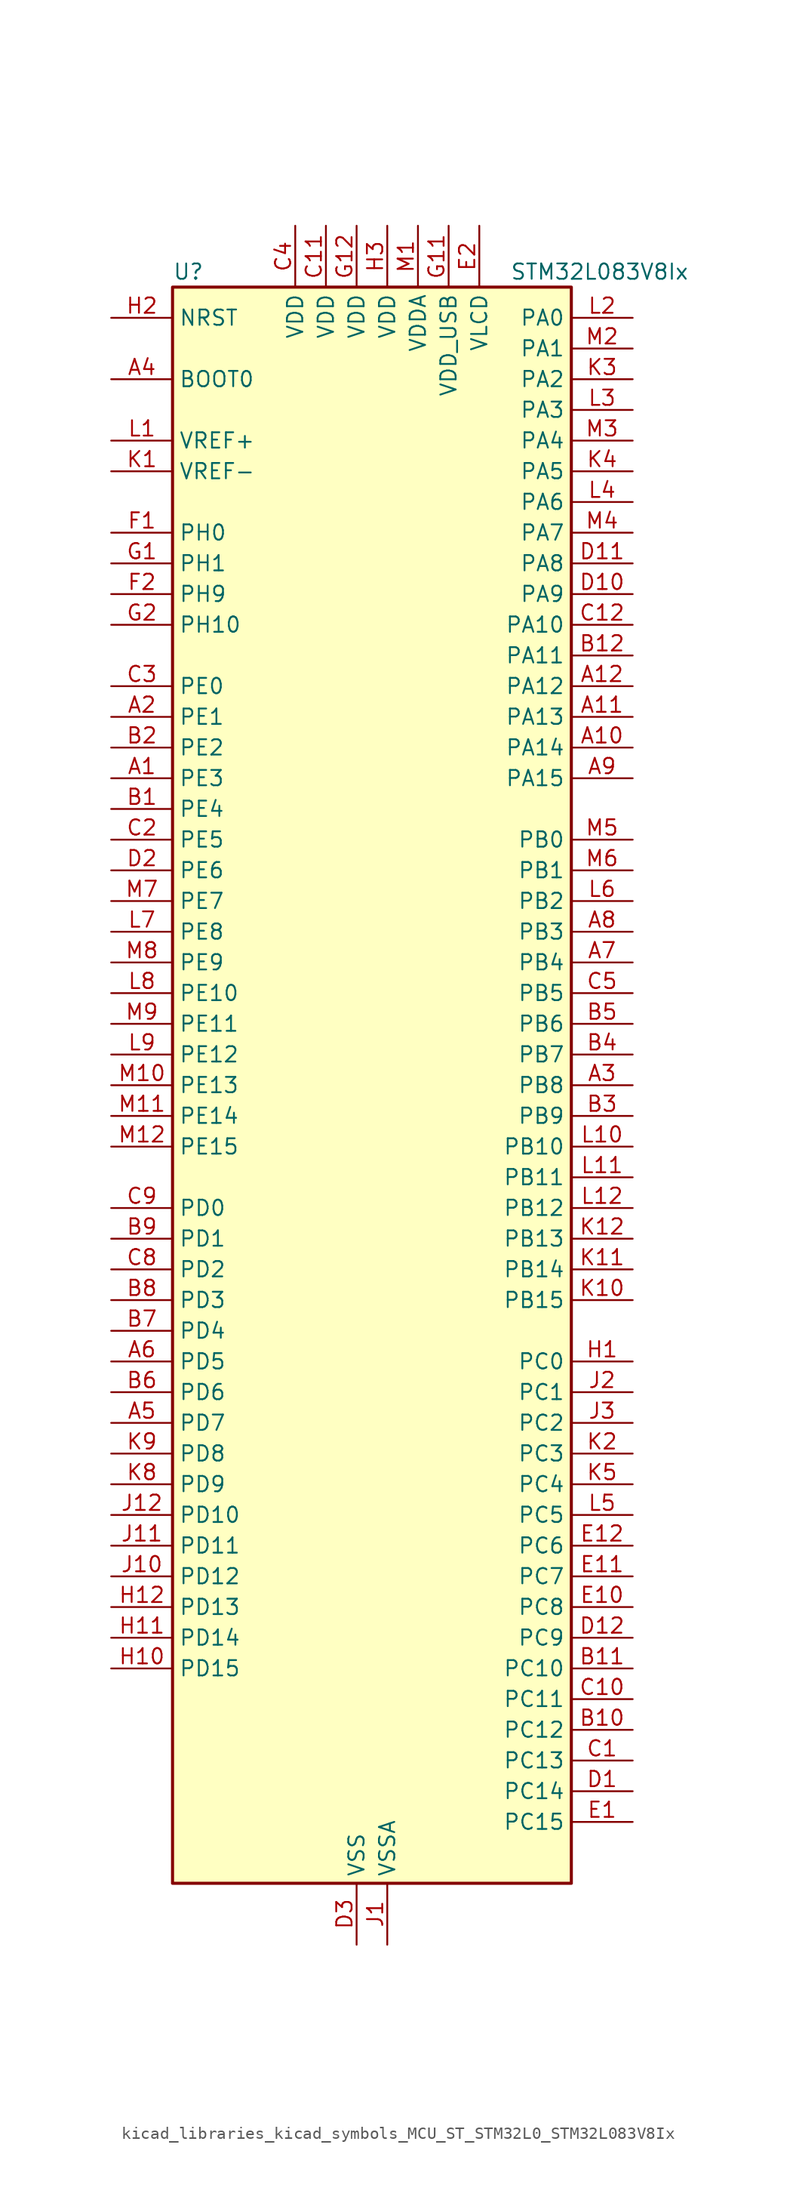
<source format=kicad_sym>
(kicad_symbol_lib
  (version 20220914)
  (generator kicad_symbol_editor)
  (symbol "kicad_libraries_kicad_symbols_MCU_ST_STM32L0_STM32L083V8Ix"
    (property "Reference" "U"
      (at -15.24 67.31 0)
      (effects (font (size 1.27 1.27)) (justify left)))
    (property "Value" "STM32L083V8Ix"
      (at 12.7 67.31 0)
      (effects (font (size 1.27 1.27)) (justify left)))
    (property "ki_locked" ""
      (at 0 0 0)
      (effects (font (size 1.27 1.27))))
    (symbol "kicad_libraries_kicad_symbols_MCU_ST_STM32L0_STM32L083V8Ix_0_1"
      (rectangle (start -15.24 -66.04) (end 17.78 66.04) (stroke (width 0.254) (type default)) (fill (type background))))
    (symbol "kicad_libraries_kicad_symbols_MCU_ST_STM32L0_STM32L083V8Ix_1_1"
      (pin bidirectional line (at -20.32 25.4 0) (length 5.08) (name "PE3" (effects (font (size 1.27 1.27)))) (number "A1" (effects (font (size 1.27 1.27)))) (alternate "LCD_SEG39" bidirectional line) (alternate "TIM22_CH1" bidirectional line) (alternate "TIM3_CH1" bidirectional line))
      (pin bidirectional line (at 22.86 27.94 180) (length 5.08) (name "PA14" (effects (font (size 1.27 1.27)))) (number "A10" (effects (font (size 1.27 1.27)))) (alternate "LPUART1_TX" bidirectional line) (alternate "SYS_SWCLK" bidirectional line) (alternate "USART2_TX" bidirectional line))
      (pin bidirectional line (at 22.86 30.48 180) (length 5.08) (name "PA13" (effects (font (size 1.27 1.27)))) (number "A11" (effects (font (size 1.27 1.27)))) (alternate "LPUART1_RX" bidirectional line) (alternate "SYS_SWDIO" bidirectional line) (alternate "USB_NOE" bidirectional line))
      (pin bidirectional line (at 22.86 33.02 180) (length 5.08) (name "PA12" (effects (font (size 1.27 1.27)))) (number "A12" (effects (font (size 1.27 1.27)))) (alternate "COMP2_OUT" bidirectional line) (alternate "SPI1_MOSI" bidirectional line) (alternate "TSC_G4_IO4" bidirectional line) (alternate "USART1_DE" bidirectional line) (alternate "USART1_RTS" bidirectional line) (alternate "USB_DP" bidirectional line))
      (pin bidirectional line (at -20.32 30.48 0) (length 5.08) (name "PE1" (effects (font (size 1.27 1.27)))) (number "A2" (effects (font (size 1.27 1.27)))) (alternate "LCD_SEG37" bidirectional line))
      (pin bidirectional line (at 22.86 0 180) (length 5.08) (name "PB8" (effects (font (size 1.27 1.27)))) (number "A3" (effects (font (size 1.27 1.27)))) (alternate "I2C1_SCL" bidirectional line) (alternate "LCD_SEG16" bidirectional line) (alternate "TSC_SYNC" bidirectional line))
      (pin input line (at -20.32 58.42 0) (length 5.08) (name "BOOT0" (effects (font (size 1.27 1.27)))) (number "A4" (effects (font (size 1.27 1.27)))))
      (pin bidirectional line (at -20.32 -27.94 0) (length 5.08) (name "PD7" (effects (font (size 1.27 1.27)))) (number "A5" (effects (font (size 1.27 1.27)))) (alternate "TIM21_CH2" bidirectional line) (alternate "USART2_CK" bidirectional line))
      (pin bidirectional line (at -20.32 -22.86 0) (length 5.08) (name "PD5" (effects (font (size 1.27 1.27)))) (number "A6" (effects (font (size 1.27 1.27)))) (alternate "USART2_TX" bidirectional line))
      (pin bidirectional line (at 22.86 10.16 180) (length 5.08) (name "PB4" (effects (font (size 1.27 1.27)))) (number "A7" (effects (font (size 1.27 1.27)))) (alternate "COMP2_INP" bidirectional line) (alternate "I2C3_SDA" bidirectional line) (alternate "LCD_SEG8" bidirectional line) (alternate "SPI1_MISO" bidirectional line) (alternate "TIM22_CH1" bidirectional line) (alternate "TIM3_CH1" bidirectional line) (alternate "TSC_G5_IO2" bidirectional line) (alternate "USART1_CTS" bidirectional line) (alternate "USART5_RX" bidirectional line))
      (pin bidirectional line (at 22.86 12.7 180) (length 5.08) (name "PB3" (effects (font (size 1.27 1.27)))) (number "A8" (effects (font (size 1.27 1.27)))) (alternate "COMP2_INM" bidirectional line) (alternate "LCD_SEG7" bidirectional line) (alternate "SPI1_SCK" bidirectional line) (alternate "TIM2_CH2" bidirectional line) (alternate "TSC_G5_IO1" bidirectional line) (alternate "USART1_DE" bidirectional line) (alternate "USART1_RTS" bidirectional line) (alternate "USART5_TX" bidirectional line))
      (pin bidirectional line (at 22.86 25.4 180) (length 5.08) (name "PA15" (effects (font (size 1.27 1.27)))) (number "A9" (effects (font (size 1.27 1.27)))) (alternate "LCD_SEG17" bidirectional line) (alternate "SPI1_NSS" bidirectional line) (alternate "TIM2_CH1" bidirectional line) (alternate "TIM2_ETR" bidirectional line) (alternate "USART2_RX" bidirectional line) (alternate "USART4_DE" bidirectional line) (alternate "USART4_RTS" bidirectional line))
      (pin bidirectional line (at -20.32 22.86 0) (length 5.08) (name "PE4" (effects (font (size 1.27 1.27)))) (number "B1" (effects (font (size 1.27 1.27)))) (alternate "TIM22_CH2" bidirectional line) (alternate "TIM3_CH2" bidirectional line))
      (pin bidirectional line (at 22.86 -53.34 180) (length 5.08) (name "PC12" (effects (font (size 1.27 1.27)))) (number "B10" (effects (font (size 1.27 1.27)))) (alternate "LCD_COM6" bidirectional line) (alternate "LCD_SEG30" bidirectional line) (alternate "LCD_SEG50" bidirectional line) (alternate "USART4_CK" bidirectional line) (alternate "USART5_TX" bidirectional line))
      (pin bidirectional line (at 22.86 -48.26 180) (length 5.08) (name "PC10" (effects (font (size 1.27 1.27)))) (number "B11" (effects (font (size 1.27 1.27)))) (alternate "LCD_COM4" bidirectional line) (alternate "LCD_SEG28" bidirectional line) (alternate "LCD_SEG48" bidirectional line) (alternate "LPUART1_TX" bidirectional line) (alternate "USART4_TX" bidirectional line))
      (pin bidirectional line (at 22.86 35.56 180) (length 5.08) (name "PA11" (effects (font (size 1.27 1.27)))) (number "B12" (effects (font (size 1.27 1.27)))) (alternate "ADC_EXTI11" bidirectional line) (alternate "COMP1_OUT" bidirectional line) (alternate "SPI1_MISO" bidirectional line) (alternate "TSC_G4_IO3" bidirectional line) (alternate "USART1_CTS" bidirectional line) (alternate "USB_DM" bidirectional line))
      (pin bidirectional line (at -20.32 27.94 0) (length 5.08) (name "PE2" (effects (font (size 1.27 1.27)))) (number "B2" (effects (font (size 1.27 1.27)))) (alternate "LCD_SEG38" bidirectional line) (alternate "TIM3_ETR" bidirectional line))
      (pin bidirectional line (at 22.86 -2.54 180) (length 5.08) (name "PB9" (effects (font (size 1.27 1.27)))) (number "B3" (effects (font (size 1.27 1.27)))) (alternate "DAC_EXTI9" bidirectional line) (alternate "I2C1_SDA" bidirectional line) (alternate "I2S2_WS" bidirectional line) (alternate "LCD_COM3" bidirectional line) (alternate "SPI2_NSS" bidirectional line))
      (pin bidirectional line (at 22.86 2.54 180) (length 5.08) (name "PB7" (effects (font (size 1.27 1.27)))) (number "B4" (effects (font (size 1.27 1.27)))) (alternate "COMP2_INP" bidirectional line) (alternate "I2C1_SDA" bidirectional line) (alternate "LPTIM1_IN2" bidirectional line) (alternate "SYS_PVD_IN" bidirectional line) (alternate "TSC_G5_IO4" bidirectional line) (alternate "USART1_RX" bidirectional line) (alternate "USART4_CTS" bidirectional line))
      (pin bidirectional line (at 22.86 5.08 180) (length 5.08) (name "PB6" (effects (font (size 1.27 1.27)))) (number "B5" (effects (font (size 1.27 1.27)))) (alternate "COMP2_INP" bidirectional line) (alternate "I2C1_SCL" bidirectional line) (alternate "LPTIM1_ETR" bidirectional line) (alternate "TSC_G5_IO3" bidirectional line) (alternate "USART1_TX" bidirectional line))
      (pin bidirectional line (at -20.32 -25.4 0) (length 5.08) (name "PD6" (effects (font (size 1.27 1.27)))) (number "B6" (effects (font (size 1.27 1.27)))) (alternate "USART2_RX" bidirectional line))
      (pin bidirectional line (at -20.32 -20.32 0) (length 5.08) (name "PD4" (effects (font (size 1.27 1.27)))) (number "B7" (effects (font (size 1.27 1.27)))) (alternate "I2S2_SD" bidirectional line) (alternate "SPI2_MOSI" bidirectional line) (alternate "USART2_DE" bidirectional line) (alternate "USART2_RTS" bidirectional line))
      (pin bidirectional line (at -20.32 -17.78 0) (length 5.08) (name "PD3" (effects (font (size 1.27 1.27)))) (number "B8" (effects (font (size 1.27 1.27)))) (alternate "I2S2_MCK" bidirectional line) (alternate "LCD_SEG44" bidirectional line) (alternate "SPI2_MISO" bidirectional line) (alternate "USART2_CTS" bidirectional line))
      (pin bidirectional line (at -20.32 -12.7 0) (length 5.08) (name "PD1" (effects (font (size 1.27 1.27)))) (number "B9" (effects (font (size 1.27 1.27)))) (alternate "I2S2_CK" bidirectional line) (alternate "SPI2_SCK" bidirectional line))
      (pin bidirectional line (at 22.86 -55.88 180) (length 5.08) (name "PC13" (effects (font (size 1.27 1.27)))) (number "C1" (effects (font (size 1.27 1.27)))) (alternate "RTC_OUT_ALARM" bidirectional line) (alternate "RTC_OUT_CALIB" bidirectional line) (alternate "RTC_TAMP1" bidirectional line) (alternate "RTC_TS" bidirectional line) (alternate "SYS_WKUP2" bidirectional line))
      (pin bidirectional line (at 22.86 -50.8 180) (length 5.08) (name "PC11" (effects (font (size 1.27 1.27)))) (number "C10" (effects (font (size 1.27 1.27)))) (alternate "ADC_EXTI11" bidirectional line) (alternate "LCD_COM5" bidirectional line) (alternate "LCD_SEG29" bidirectional line) (alternate "LCD_SEG49" bidirectional line) (alternate "LPUART1_RX" bidirectional line) (alternate "USART4_RX" bidirectional line))
      (pin power_in line (at -2.54 71.12 270) (length 5.08) (name "VDD" (effects (font (size 1.27 1.27)))) (number "C11" (effects (font (size 1.27 1.27)))))
      (pin bidirectional line (at 22.86 38.1 180) (length 5.08) (name "PA10" (effects (font (size 1.27 1.27)))) (number "C12" (effects (font (size 1.27 1.27)))) (alternate "I2C1_SDA" bidirectional line) (alternate "LCD_COM2" bidirectional line) (alternate "TSC_G4_IO2" bidirectional line) (alternate "USART1_RX" bidirectional line))
      (pin bidirectional line (at -20.32 20.32 0) (length 5.08) (name "PE5" (effects (font (size 1.27 1.27)))) (number "C2" (effects (font (size 1.27 1.27)))) (alternate "TIM21_CH1" bidirectional line) (alternate "TIM3_CH3" bidirectional line))
      (pin bidirectional line (at -20.32 33.02 0) (length 5.08) (name "PE0" (effects (font (size 1.27 1.27)))) (number "C3" (effects (font (size 1.27 1.27)))) (alternate "LCD_SEG36" bidirectional line))
      (pin power_in line (at -5.08 71.12 270) (length 5.08) (name "VDD" (effects (font (size 1.27 1.27)))) (number "C4" (effects (font (size 1.27 1.27)))))
      (pin bidirectional line (at 22.86 7.62 180) (length 5.08) (name "PB5" (effects (font (size 1.27 1.27)))) (number "C5" (effects (font (size 1.27 1.27)))) (alternate "COMP2_INP" bidirectional line) (alternate "I2C1_SMBA" bidirectional line) (alternate "LCD_SEG9" bidirectional line) (alternate "LPTIM1_IN1" bidirectional line) (alternate "SPI1_MOSI" bidirectional line) (alternate "TIM22_CH2" bidirectional line) (alternate "TIM3_CH2" bidirectional line) (alternate "USART1_CK" bidirectional line) (alternate "USART5_CK" bidirectional line) (alternate "USART5_DE" bidirectional line) (alternate "USART5_RTS" bidirectional line))
      (pin bidirectional line (at -20.32 -15.24 0) (length 5.08) (name "PD2" (effects (font (size 1.27 1.27)))) (number "C8" (effects (font (size 1.27 1.27)))) (alternate "LCD_COM7" bidirectional line) (alternate "LCD_SEG31" bidirectional line) (alternate "LCD_SEG51" bidirectional line) (alternate "LPUART1_DE" bidirectional line) (alternate "LPUART1_RTS" bidirectional line) (alternate "TIM3_ETR" bidirectional line) (alternate "USART5_RX" bidirectional line))
      (pin bidirectional line (at -20.32 -10.16 0) (length 5.08) (name "PD0" (effects (font (size 1.27 1.27)))) (number "C9" (effects (font (size 1.27 1.27)))) (alternate "I2S2_WS" bidirectional line) (alternate "SPI2_NSS" bidirectional line) (alternate "TIM21_CH1" bidirectional line))
      (pin bidirectional line (at 22.86 -58.42 180) (length 5.08) (name "PC14" (effects (font (size 1.27 1.27)))) (number "D1" (effects (font (size 1.27 1.27)))) (alternate "RCC_OSC32_IN" bidirectional line))
      (pin bidirectional line (at 22.86 40.64 180) (length 5.08) (name "PA9" (effects (font (size 1.27 1.27)))) (number "D10" (effects (font (size 1.27 1.27)))) (alternate "DAC_EXTI9" bidirectional line) (alternate "I2C1_SCL" bidirectional line) (alternate "I2C3_SMBA" bidirectional line) (alternate "LCD_COM1" bidirectional line) (alternate "RCC_MCO" bidirectional line) (alternate "TSC_G4_IO1" bidirectional line) (alternate "USART1_TX" bidirectional line))
      (pin bidirectional line (at 22.86 43.18 180) (length 5.08) (name "PA8" (effects (font (size 1.27 1.27)))) (number "D11" (effects (font (size 1.27 1.27)))) (alternate "CRS_SYNC" bidirectional line) (alternate "I2C3_SCL" bidirectional line) (alternate "LCD_COM0" bidirectional line) (alternate "RCC_MCO" bidirectional line) (alternate "USART1_CK" bidirectional line))
      (pin bidirectional line (at 22.86 -45.72 180) (length 5.08) (name "PC9" (effects (font (size 1.27 1.27)))) (number "D12" (effects (font (size 1.27 1.27)))) (alternate "DAC_EXTI9" bidirectional line) (alternate "I2C3_SDA" bidirectional line) (alternate "LCD_SEG27" bidirectional line) (alternate "TIM21_ETR" bidirectional line) (alternate "TIM3_CH4" bidirectional line) (alternate "TSC_G8_IO4" bidirectional line) (alternate "USB_NOE" bidirectional line))
      (pin bidirectional line (at -20.32 17.78 0) (length 5.08) (name "PE6" (effects (font (size 1.27 1.27)))) (number "D2" (effects (font (size 1.27 1.27)))) (alternate "RTC_TAMP3" bidirectional line) (alternate "SYS_WKUP3" bidirectional line) (alternate "TIM21_CH2" bidirectional line) (alternate "TIM3_CH4" bidirectional line))
      (pin power_in line (at 0 -71.12 90) (length 5.08) (name "VSS" (effects (font (size 1.27 1.27)))) (number "D3" (effects (font (size 1.27 1.27)))))
      (pin bidirectional line (at 22.86 -60.96 180) (length 5.08) (name "PC15" (effects (font (size 1.27 1.27)))) (number "E1" (effects (font (size 1.27 1.27)))) (alternate "RCC_OSC32_OUT" bidirectional line))
      (pin bidirectional line (at 22.86 -43.18 180) (length 5.08) (name "PC8" (effects (font (size 1.27 1.27)))) (number "E10" (effects (font (size 1.27 1.27)))) (alternate "LCD_SEG26" bidirectional line) (alternate "TIM22_ETR" bidirectional line) (alternate "TIM3_CH3" bidirectional line) (alternate "TSC_G8_IO3" bidirectional line))
      (pin bidirectional line (at 22.86 -40.64 180) (length 5.08) (name "PC7" (effects (font (size 1.27 1.27)))) (number "E11" (effects (font (size 1.27 1.27)))) (alternate "LCD_SEG25" bidirectional line) (alternate "TIM22_CH2" bidirectional line) (alternate "TIM3_CH2" bidirectional line) (alternate "TSC_G8_IO2" bidirectional line))
      (pin bidirectional line (at 22.86 -38.1 180) (length 5.08) (name "PC6" (effects (font (size 1.27 1.27)))) (number "E12" (effects (font (size 1.27 1.27)))) (alternate "LCD_SEG24" bidirectional line) (alternate "TIM22_CH1" bidirectional line) (alternate "TIM3_CH1" bidirectional line) (alternate "TSC_G8_IO1" bidirectional line))
      (pin power_in line (at 10.16 71.12 270) (length 5.08) (name "VLCD" (effects (font (size 1.27 1.27)))) (number "E2" (effects (font (size 1.27 1.27)))))
      (pin passive line (at 0 -71.12 90) (length 5.08) hide (name "VSS" (effects (font (size 1.27 1.27)))) (number "E3" (effects (font (size 1.27 1.27)))))
      (pin bidirectional line (at -20.32 45.72 0) (length 5.08) (name "PH0" (effects (font (size 1.27 1.27)))) (number "F1" (effects (font (size 1.27 1.27)))) (alternate "CRS_SYNC" bidirectional line) (alternate "RCC_OSC_IN" bidirectional line))
      (pin passive line (at 0 -71.12 90) (length 5.08) hide (name "VSS" (effects (font (size 1.27 1.27)))) (number "F11" (effects (font (size 1.27 1.27)))))
      (pin passive line (at 0 -71.12 90) (length 5.08) hide (name "VSS" (effects (font (size 1.27 1.27)))) (number "F12" (effects (font (size 1.27 1.27)))))
      (pin bidirectional line (at -20.32 40.64 0) (length 5.08) (name "PH9" (effects (font (size 1.27 1.27)))) (number "F2" (effects (font (size 1.27 1.27)))) (alternate "DAC_EXTI9" bidirectional line))
      (pin bidirectional line (at -20.32 43.18 0) (length 5.08) (name "PH1" (effects (font (size 1.27 1.27)))) (number "G1" (effects (font (size 1.27 1.27)))) (alternate "RCC_OSC_OUT" bidirectional line))
      (pin power_in line (at 7.62 71.12 270) (length 5.08) (name "VDD_USB" (effects (font (size 1.27 1.27)))) (number "G11" (effects (font (size 1.27 1.27)))))
      (pin power_in line (at 0 71.12 270) (length 5.08) (name "VDD" (effects (font (size 1.27 1.27)))) (number "G12" (effects (font (size 1.27 1.27)))))
      (pin bidirectional line (at -20.32 38.1 0) (length 5.08) (name "PH10" (effects (font (size 1.27 1.27)))) (number "G2" (effects (font (size 1.27 1.27)))))
      (pin bidirectional line (at 22.86 -22.86 180) (length 5.08) (name "PC0" (effects (font (size 1.27 1.27)))) (number "H1" (effects (font (size 1.27 1.27)))) (alternate "ADC_IN10" bidirectional line) (alternate "I2C3_SCL" bidirectional line) (alternate "LCD_SEG18" bidirectional line) (alternate "LPTIM1_IN1" bidirectional line) (alternate "LPUART1_RX" bidirectional line) (alternate "TSC_G7_IO1" bidirectional line))
      (pin bidirectional line (at -20.32 -48.26 0) (length 5.08) (name "PD15" (effects (font (size 1.27 1.27)))) (number "H10" (effects (font (size 1.27 1.27)))) (alternate "CRS_SYNC" bidirectional line) (alternate "LCD_SEG35" bidirectional line))
      (pin bidirectional line (at -20.32 -45.72 0) (length 5.08) (name "PD14" (effects (font (size 1.27 1.27)))) (number "H11" (effects (font (size 1.27 1.27)))) (alternate "LCD_SEG34" bidirectional line))
      (pin bidirectional line (at -20.32 -43.18 0) (length 5.08) (name "PD13" (effects (font (size 1.27 1.27)))) (number "H12" (effects (font (size 1.27 1.27)))) (alternate "LCD_SEG33" bidirectional line))
      (pin input line (at -20.32 63.5 0) (length 5.08) (name "NRST" (effects (font (size 1.27 1.27)))) (number "H2" (effects (font (size 1.27 1.27)))))
      (pin power_in line (at 2.54 71.12 270) (length 5.08) (name "VDD" (effects (font (size 1.27 1.27)))) (number "H3" (effects (font (size 1.27 1.27)))))
      (pin power_in line (at 2.54 -71.12 90) (length 5.08) (name "VSSA" (effects (font (size 1.27 1.27)))) (number "J1" (effects (font (size 1.27 1.27)))))
      (pin bidirectional line (at -20.32 -40.64 0) (length 5.08) (name "PD12" (effects (font (size 1.27 1.27)))) (number "J10" (effects (font (size 1.27 1.27)))) (alternate "LCD_SEG32" bidirectional line) (alternate "LPUART1_DE" bidirectional line) (alternate "LPUART1_RTS" bidirectional line))
      (pin bidirectional line (at -20.32 -38.1 0) (length 5.08) (name "PD11" (effects (font (size 1.27 1.27)))) (number "J11" (effects (font (size 1.27 1.27)))) (alternate "ADC_EXTI11" bidirectional line) (alternate "LCD_SEG31" bidirectional line) (alternate "LPUART1_CTS" bidirectional line))
      (pin bidirectional line (at -20.32 -35.56 0) (length 5.08) (name "PD10" (effects (font (size 1.27 1.27)))) (number "J12" (effects (font (size 1.27 1.27)))) (alternate "LCD_SEG30" bidirectional line))
      (pin bidirectional line (at 22.86 -25.4 180) (length 5.08) (name "PC1" (effects (font (size 1.27 1.27)))) (number "J2" (effects (font (size 1.27 1.27)))) (alternate "ADC_IN11" bidirectional line) (alternate "I2C3_SDA" bidirectional line) (alternate "LCD_SEG19" bidirectional line) (alternate "LPTIM1_OUT" bidirectional line) (alternate "LPUART1_TX" bidirectional line) (alternate "TSC_G7_IO2" bidirectional line))
      (pin bidirectional line (at 22.86 -27.94 180) (length 5.08) (name "PC2" (effects (font (size 1.27 1.27)))) (number "J3" (effects (font (size 1.27 1.27)))) (alternate "ADC_IN12" bidirectional line) (alternate "I2S2_MCK" bidirectional line) (alternate "LCD_SEG20" bidirectional line) (alternate "LPTIM1_IN2" bidirectional line) (alternate "SPI2_MISO" bidirectional line) (alternate "TSC_G7_IO3" bidirectional line))
      (pin input line (at -20.32 50.8 0) (length 5.08) (name "VREF-" (effects (font (size 1.27 1.27)))) (number "K1" (effects (font (size 1.27 1.27)))))
      (pin bidirectional line (at 22.86 -17.78 180) (length 5.08) (name "PB15" (effects (font (size 1.27 1.27)))) (number "K10" (effects (font (size 1.27 1.27)))) (alternate "I2S2_SD" bidirectional line) (alternate "LCD_SEG15" bidirectional line) (alternate "RTC_REFIN" bidirectional line) (alternate "SPI2_MOSI" bidirectional line))
      (pin bidirectional line (at 22.86 -15.24 180) (length 5.08) (name "PB14" (effects (font (size 1.27 1.27)))) (number "K11" (effects (font (size 1.27 1.27)))) (alternate "I2C2_SDA" bidirectional line) (alternate "I2S2_MCK" bidirectional line) (alternate "LCD_SEG14" bidirectional line) (alternate "LPUART1_DE" bidirectional line) (alternate "LPUART1_RTS" bidirectional line) (alternate "RTC_OUT_ALARM" bidirectional line) (alternate "RTC_OUT_CALIB" bidirectional line) (alternate "SPI2_MISO" bidirectional line) (alternate "TIM21_CH2" bidirectional line) (alternate "TSC_G6_IO4" bidirectional line))
      (pin bidirectional line (at 22.86 -12.7 180) (length 5.08) (name "PB13" (effects (font (size 1.27 1.27)))) (number "K12" (effects (font (size 1.27 1.27)))) (alternate "I2C2_SCL" bidirectional line) (alternate "I2S2_CK" bidirectional line) (alternate "LCD_SEG13" bidirectional line) (alternate "LPUART1_CTS" bidirectional line) (alternate "RCC_MCO" bidirectional line) (alternate "SPI2_SCK" bidirectional line) (alternate "TIM21_CH1" bidirectional line) (alternate "TSC_G6_IO3" bidirectional line))
      (pin bidirectional line (at 22.86 -30.48 180) (length 5.08) (name "PC3" (effects (font (size 1.27 1.27)))) (number "K2" (effects (font (size 1.27 1.27)))) (alternate "ADC_IN13" bidirectional line) (alternate "I2S2_SD" bidirectional line) (alternate "LCD_SEG21" bidirectional line) (alternate "LPTIM1_ETR" bidirectional line) (alternate "SPI2_MOSI" bidirectional line) (alternate "TSC_G7_IO4" bidirectional line))
      (pin bidirectional line (at 22.86 58.42 180) (length 5.08) (name "PA2" (effects (font (size 1.27 1.27)))) (number "K3" (effects (font (size 1.27 1.27)))) (alternate "ADC_IN2" bidirectional line) (alternate "COMP2_INM" bidirectional line) (alternate "COMP2_OUT" bidirectional line) (alternate "LCD_SEG1" bidirectional line) (alternate "LPUART1_TX" bidirectional line) (alternate "TIM21_CH1" bidirectional line) (alternate "TIM2_CH3" bidirectional line) (alternate "TSC_G1_IO3" bidirectional line) (alternate "USART2_TX" bidirectional line))
      (pin bidirectional line (at 22.86 50.8 180) (length 5.08) (name "PA5" (effects (font (size 1.27 1.27)))) (number "K4" (effects (font (size 1.27 1.27)))) (alternate "ADC_IN5" bidirectional line) (alternate "COMP1_INM" bidirectional line) (alternate "COMP2_INM" bidirectional line) (alternate "DAC_OUT2" bidirectional line) (alternate "SPI1_SCK" bidirectional line) (alternate "TIM2_CH1" bidirectional line) (alternate "TIM2_ETR" bidirectional line) (alternate "TSC_G2_IO2" bidirectional line))
      (pin bidirectional line (at 22.86 -33.02 180) (length 5.08) (name "PC4" (effects (font (size 1.27 1.27)))) (number "K5" (effects (font (size 1.27 1.27)))) (alternate "ADC_IN14" bidirectional line) (alternate "LCD_SEG22" bidirectional line) (alternate "LPUART1_TX" bidirectional line))
      (pin bidirectional line (at -20.32 -33.02 0) (length 5.08) (name "PD9" (effects (font (size 1.27 1.27)))) (number "K8" (effects (font (size 1.27 1.27)))) (alternate "DAC_EXTI9" bidirectional line) (alternate "LCD_SEG29" bidirectional line) (alternate "LPUART1_RX" bidirectional line))
      (pin bidirectional line (at -20.32 -30.48 0) (length 5.08) (name "PD8" (effects (font (size 1.27 1.27)))) (number "K9" (effects (font (size 1.27 1.27)))) (alternate "LCD_SEG28" bidirectional line) (alternate "LPUART1_TX" bidirectional line))
      (pin input line (at -20.32 53.34 0) (length 5.08) (name "VREF+" (effects (font (size 1.27 1.27)))) (number "L1" (effects (font (size 1.27 1.27)))))
      (pin bidirectional line (at 22.86 -5.08 180) (length 5.08) (name "PB10" (effects (font (size 1.27 1.27)))) (number "L10" (effects (font (size 1.27 1.27)))) (alternate "I2C2_SCL" bidirectional line) (alternate "LCD_SEG10" bidirectional line) (alternate "LPUART1_RX" bidirectional line) (alternate "LPUART1_TX" bidirectional line) (alternate "SPI2_SCK" bidirectional line) (alternate "TIM2_CH3" bidirectional line) (alternate "TSC_SYNC" bidirectional line))
      (pin bidirectional line (at 22.86 -7.62 180) (length 5.08) (name "PB11" (effects (font (size 1.27 1.27)))) (number "L11" (effects (font (size 1.27 1.27)))) (alternate "ADC_EXTI11" bidirectional line) (alternate "I2C2_SDA" bidirectional line) (alternate "LCD_SEG11" bidirectional line) (alternate "LPUART1_RX" bidirectional line) (alternate "LPUART1_TX" bidirectional line) (alternate "TIM2_CH4" bidirectional line) (alternate "TSC_G6_IO1" bidirectional line))
      (pin bidirectional line (at 22.86 -10.16 180) (length 5.08) (name "PB12" (effects (font (size 1.27 1.27)))) (number "L12" (effects (font (size 1.27 1.27)))) (alternate "I2S2_WS" bidirectional line) (alternate "LCD_SEG12" bidirectional line) (alternate "LCD_VLCD2" bidirectional line) (alternate "LPUART1_DE" bidirectional line) (alternate "LPUART1_RTS" bidirectional line) (alternate "SPI2_NSS" bidirectional line) (alternate "TSC_G6_IO2" bidirectional line))
      (pin bidirectional line (at 22.86 63.5 180) (length 5.08) (name "PA0" (effects (font (size 1.27 1.27)))) (number "L2" (effects (font (size 1.27 1.27)))) (alternate "ADC_IN0" bidirectional line) (alternate "COMP1_INM" bidirectional line) (alternate "COMP1_OUT" bidirectional line) (alternate "RTC_TAMP2" bidirectional line) (alternate "SYS_WKUP1" bidirectional line) (alternate "TIM2_CH1" bidirectional line) (alternate "TIM2_ETR" bidirectional line) (alternate "TSC_G1_IO1" bidirectional line) (alternate "USART2_CTS" bidirectional line) (alternate "USART4_TX" bidirectional line))
      (pin bidirectional line (at 22.86 55.88 180) (length 5.08) (name "PA3" (effects (font (size 1.27 1.27)))) (number "L3" (effects (font (size 1.27 1.27)))) (alternate "ADC_IN3" bidirectional line) (alternate "COMP2_INP" bidirectional line) (alternate "LCD_SEG2" bidirectional line) (alternate "LPUART1_RX" bidirectional line) (alternate "TIM21_CH2" bidirectional line) (alternate "TIM2_CH4" bidirectional line) (alternate "TSC_G1_IO4" bidirectional line) (alternate "USART2_RX" bidirectional line))
      (pin bidirectional line (at 22.86 48.26 180) (length 5.08) (name "PA6" (effects (font (size 1.27 1.27)))) (number "L4" (effects (font (size 1.27 1.27)))) (alternate "ADC_IN6" bidirectional line) (alternate "COMP1_OUT" bidirectional line) (alternate "LCD_SEG3" bidirectional line) (alternate "LPUART1_CTS" bidirectional line) (alternate "SPI1_MISO" bidirectional line) (alternate "TIM22_CH1" bidirectional line) (alternate "TIM3_CH1" bidirectional line) (alternate "TSC_G2_IO3" bidirectional line))
      (pin bidirectional line (at 22.86 -35.56 180) (length 5.08) (name "PC5" (effects (font (size 1.27 1.27)))) (number "L5" (effects (font (size 1.27 1.27)))) (alternate "ADC_IN15" bidirectional line) (alternate "LCD_SEG23" bidirectional line) (alternate "LPUART1_RX" bidirectional line) (alternate "TSC_G3_IO1" bidirectional line))
      (pin bidirectional line (at 22.86 15.24 180) (length 5.08) (name "PB2" (effects (font (size 1.27 1.27)))) (number "L6" (effects (font (size 1.27 1.27)))) (alternate "I2C3_SMBA" bidirectional line) (alternate "LCD_VLCD2" bidirectional line) (alternate "LPTIM1_OUT" bidirectional line) (alternate "TSC_G3_IO4" bidirectional line))
      (pin bidirectional line (at -20.32 12.7 0) (length 5.08) (name "PE8" (effects (font (size 1.27 1.27)))) (number "L7" (effects (font (size 1.27 1.27)))) (alternate "LCD_SEG46" bidirectional line) (alternate "USART4_TX" bidirectional line))
      (pin bidirectional line (at -20.32 7.62 0) (length 5.08) (name "PE10" (effects (font (size 1.27 1.27)))) (number "L8" (effects (font (size 1.27 1.27)))) (alternate "LCD_SEG40" bidirectional line) (alternate "TIM2_CH2" bidirectional line) (alternate "USART5_TX" bidirectional line))
      (pin bidirectional line (at -20.32 2.54 0) (length 5.08) (name "PE12" (effects (font (size 1.27 1.27)))) (number "L9" (effects (font (size 1.27 1.27)))) (alternate "LCD_VLCD3" bidirectional line) (alternate "SPI1_NSS" bidirectional line) (alternate "TIM2_CH4" bidirectional line))
      (pin power_in line (at 5.08 71.12 270) (length 5.08) (name "VDDA" (effects (font (size 1.27 1.27)))) (number "M1" (effects (font (size 1.27 1.27)))))
      (pin bidirectional line (at -20.32 0 0) (length 5.08) (name "PE13" (effects (font (size 1.27 1.27)))) (number "M10" (effects (font (size 1.27 1.27)))) (alternate "LCD_SEG41" bidirectional line) (alternate "SPI1_SCK" bidirectional line))
      (pin bidirectional line (at -20.32 -2.54 0) (length 5.08) (name "PE14" (effects (font (size 1.27 1.27)))) (number "M11" (effects (font (size 1.27 1.27)))) (alternate "LCD_SEG42" bidirectional line) (alternate "SPI1_MISO" bidirectional line))
      (pin bidirectional line (at -20.32 -5.08 0) (length 5.08) (name "PE15" (effects (font (size 1.27 1.27)))) (number "M12" (effects (font (size 1.27 1.27)))) (alternate "LCD_SEG43" bidirectional line) (alternate "SPI1_MOSI" bidirectional line))
      (pin bidirectional line (at 22.86 60.96 180) (length 5.08) (name "PA1" (effects (font (size 1.27 1.27)))) (number "M2" (effects (font (size 1.27 1.27)))) (alternate "ADC_IN1" bidirectional line) (alternate "COMP1_INP" bidirectional line) (alternate "LCD_SEG0" bidirectional line) (alternate "TIM21_ETR" bidirectional line) (alternate "TIM2_CH2" bidirectional line) (alternate "TSC_G1_IO2" bidirectional line) (alternate "USART2_DE" bidirectional line) (alternate "USART2_RTS" bidirectional line) (alternate "USART4_RX" bidirectional line))
      (pin bidirectional line (at 22.86 53.34 180) (length 5.08) (name "PA4" (effects (font (size 1.27 1.27)))) (number "M3" (effects (font (size 1.27 1.27)))) (alternate "ADC_IN4" bidirectional line) (alternate "COMP1_INM" bidirectional line) (alternate "COMP2_INM" bidirectional line) (alternate "DAC_OUT1" bidirectional line) (alternate "SPI1_NSS" bidirectional line) (alternate "TIM22_ETR" bidirectional line) (alternate "TSC_G2_IO1" bidirectional line) (alternate "USART2_CK" bidirectional line))
      (pin bidirectional line (at 22.86 45.72 180) (length 5.08) (name "PA7" (effects (font (size 1.27 1.27)))) (number "M4" (effects (font (size 1.27 1.27)))) (alternate "ADC_IN7" bidirectional line) (alternate "COMP2_OUT" bidirectional line) (alternate "LCD_SEG4" bidirectional line) (alternate "SPI1_MOSI" bidirectional line) (alternate "TIM22_CH2" bidirectional line) (alternate "TIM3_CH2" bidirectional line) (alternate "TSC_G2_IO4" bidirectional line))
      (pin bidirectional line (at 22.86 20.32 180) (length 5.08) (name "PB0" (effects (font (size 1.27 1.27)))) (number "M5" (effects (font (size 1.27 1.27)))) (alternate "ADC_IN8" bidirectional line) (alternate "LCD_SEG5" bidirectional line) (alternate "LCD_VLCD3" bidirectional line) (alternate "SYS_VREF_OUT_PB0" bidirectional line) (alternate "TIM3_CH3" bidirectional line) (alternate "TSC_G3_IO2" bidirectional line))
      (pin bidirectional line (at 22.86 17.78 180) (length 5.08) (name "PB1" (effects (font (size 1.27 1.27)))) (number "M6" (effects (font (size 1.27 1.27)))) (alternate "ADC_IN9" bidirectional line) (alternate "LCD_SEG6" bidirectional line) (alternate "LPUART1_DE" bidirectional line) (alternate "LPUART1_RTS" bidirectional line) (alternate "SYS_VREF_OUT_PB1" bidirectional line) (alternate "TIM3_CH4" bidirectional line) (alternate "TSC_G3_IO3" bidirectional line))
      (pin bidirectional line (at -20.32 15.24 0) (length 5.08) (name "PE7" (effects (font (size 1.27 1.27)))) (number "M7" (effects (font (size 1.27 1.27)))) (alternate "LCD_SEG45" bidirectional line) (alternate "USART5_CK" bidirectional line) (alternate "USART5_DE" bidirectional line) (alternate "USART5_RTS" bidirectional line))
      (pin bidirectional line (at -20.32 10.16 0) (length 5.08) (name "PE9" (effects (font (size 1.27 1.27)))) (number "M8" (effects (font (size 1.27 1.27)))) (alternate "DAC_EXTI9" bidirectional line) (alternate "LCD_SEG47" bidirectional line) (alternate "TIM2_CH1" bidirectional line) (alternate "TIM2_ETR" bidirectional line) (alternate "USART4_RX" bidirectional line))
      (pin bidirectional line (at -20.32 5.08 0) (length 5.08) (name "PE11" (effects (font (size 1.27 1.27)))) (number "M9" (effects (font (size 1.27 1.27)))) (alternate "ADC_EXTI11" bidirectional line) (alternate "LCD_VLCD1" bidirectional line) (alternate "TIM2_CH3" bidirectional line) (alternate "USART5_RX" bidirectional line)))))
</source>
